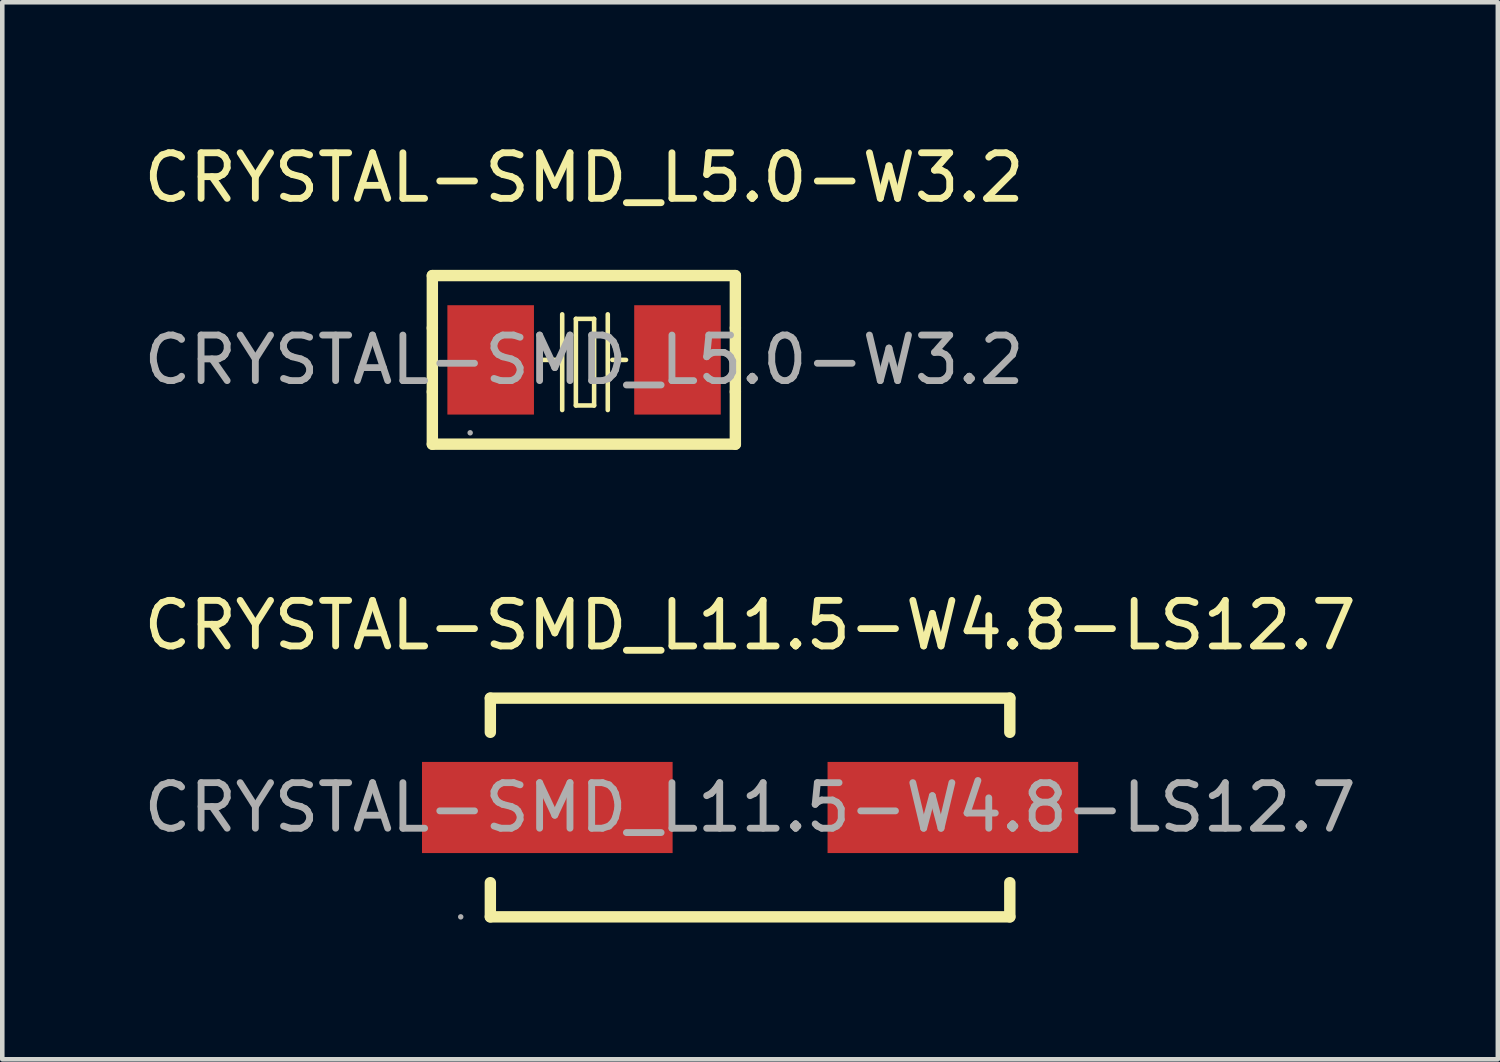
<source format=kicad_pcb>
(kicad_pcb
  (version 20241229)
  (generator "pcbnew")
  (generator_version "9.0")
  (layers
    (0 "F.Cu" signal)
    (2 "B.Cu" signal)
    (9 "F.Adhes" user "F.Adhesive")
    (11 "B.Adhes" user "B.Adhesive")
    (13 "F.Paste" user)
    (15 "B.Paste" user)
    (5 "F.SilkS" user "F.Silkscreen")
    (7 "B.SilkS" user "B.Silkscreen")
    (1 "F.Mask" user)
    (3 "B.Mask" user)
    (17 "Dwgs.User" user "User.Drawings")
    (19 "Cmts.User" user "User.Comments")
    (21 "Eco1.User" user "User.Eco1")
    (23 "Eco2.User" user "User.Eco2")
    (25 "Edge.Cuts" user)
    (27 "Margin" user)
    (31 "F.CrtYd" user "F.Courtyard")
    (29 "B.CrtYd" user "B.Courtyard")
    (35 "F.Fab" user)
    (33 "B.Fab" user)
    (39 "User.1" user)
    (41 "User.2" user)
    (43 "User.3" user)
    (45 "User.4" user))
  (footprint "CRYSTAL-SMD_L11.5-W4.8-LS12.7"
    (layer "F.Cu")
    (at 13.411 14.671)
    (property "Reference" "CRYSTAL-SMD_L11.5-W4.8-LS12.7" (at 0 -4 0) (layer "F.SilkS") (effects (font (size 1 1) (thickness 0.15))))
    (attr smd)
    (fp_line (start -5.7 -2.4) (end -5.7 -1.65) (stroke (width 0.25) (type solid)) (layer "F.SilkS"))
    (fp_line (start -5.7 2.4) (end -5.7 1.65) (stroke (width 0.25) (type solid)) (layer "F.SilkS"))
    (fp_line (start 5.7 -2.4) (end -5.7 -2.4) (stroke (width 0.25) (type solid)) (layer "F.SilkS"))
    (fp_line (start 5.7 -1.65) (end 5.7 -2.4) (stroke (width 0.25) (type solid)) (layer "F.SilkS"))
    (fp_line (start 5.7 1.65) (end 5.7 2.4) (stroke (width 0.25) (type solid)) (layer "F.SilkS"))
    (fp_line (start 5.7 2.4) (end -5.7 2.4) (stroke (width 0.25) (type solid)) (layer "F.SilkS"))
    (fp_circle (center -6.35 2.4) (end -6.32 2.4) (stroke (width 0.06) (type solid)) (fill no) (layer "F.Fab"))
    (fp_text user "${REFERENCE}" (at 0 0 0) (layer "F.Fab") (effects (font (size 1 1) (thickness 0.15))))
    (pad "1" smd rect (at -4.45 0) (size 5.5 2) (layers "F.Cu" "F.Mask" "F.Paste"))
    (pad "2" smd rect (at 4.45 0) (size 5.5 2) (layers "F.Cu" "F.Mask" "F.Paste")))
  (footprint "CRYSTAL-SMD_L5.0-W3.2"
    (layer "F.Cu")
    (at 9.768 4.848)
    (property "Reference" "CRYSTAL-SMD_L5.0-W3.2" (at 0 -4 0) (layer "F.SilkS") (effects (font (size 1 1) (thickness 0.15))))
    (attr smd)
    (fp_line (start -3.33 -1.85) (end 3.32 -1.85) (stroke (width 0.25) (type solid)) (layer "F.SilkS"))
    (fp_line (start -3.33 -0.7) (end -3.33 -1.85) (stroke (width 0.25) (type solid)) (layer "F.SilkS"))
    (fp_line (start -3.33 0.7) (end -3.33 -0.7) (stroke (width 0.25) (type solid)) (layer "F.SilkS"))
    (fp_line (start -3.33 1.85) (end -3.33 0.7) (stroke (width 0.25) (type solid)) (layer "F.SilkS"))
    (fp_line (start -0.94 0) (end -0.58 0) (stroke (width 0.1) (type solid)) (layer "F.SilkS"))
    (fp_line (start -0.48 -1) (end -0.48 1.1) (stroke (width 0.1) (type solid)) (layer "F.SilkS"))
    (fp_line (start -0.18 -0.9) (end -0.18 1) (stroke (width 0.1) (type solid)) (layer "F.SilkS"))
    (fp_line (start -0.18 1) (end 0.22 1) (stroke (width 0.1) (type solid)) (layer "F.SilkS"))
    (fp_line (start 0.22 -0.9) (end -0.18 -0.9) (stroke (width 0.1) (type solid)) (layer "F.SilkS"))
    (fp_line (start 0.22 1) (end 0.22 -0.9) (stroke (width 0.1) (type solid)) (layer "F.SilkS"))
    (fp_line (start 0.52 -1) (end 0.52 1.1) (stroke (width 0.1) (type solid)) (layer "F.SilkS"))
    (fp_line (start 0.62 0) (end 0.92 0) (stroke (width 0.1) (type solid)) (layer "F.SilkS"))
    (fp_line (start 3.32 -1.85) (end 3.32 -0.7) (stroke (width 0.25) (type solid)) (layer "F.SilkS"))
    (fp_line (start 3.32 -0.7) (end 3.32 0.7) (stroke (width 0.25) (type solid)) (layer "F.SilkS"))
    (fp_line (start 3.32 0.7) (end 3.32 1.85) (stroke (width 0.25) (type solid)) (layer "F.SilkS"))
    (fp_line (start 3.32 1.85) (end -3.33 1.85) (stroke (width 0.25) (type solid)) (layer "F.SilkS"))
    (fp_circle (center -2.5 1.6) (end -2.47 1.6) (stroke (width 0.06) (type solid)) (fill no) (layer "F.Fab"))
    (fp_text user "${REFERENCE}" (at 0 0 0) (layer "F.Fab") (effects (font (size 1 1) (thickness 0.15))))
    (pad "1" smd rect (at -2.05 0) (size 1.9 2.4) (layers "F.Cu" "F.Mask" "F.Paste"))
    (pad "2" smd rect (at 2.05 0) (size 1.9 2.4) (layers "F.Cu" "F.Mask" "F.Paste")))
  (gr_rect
    (start -3 -3)
    (end 29.821 20.197)
    (stroke (width 0.1) (type default))
    (fill no)
    (layer "Edge.Cuts")))
</source>
